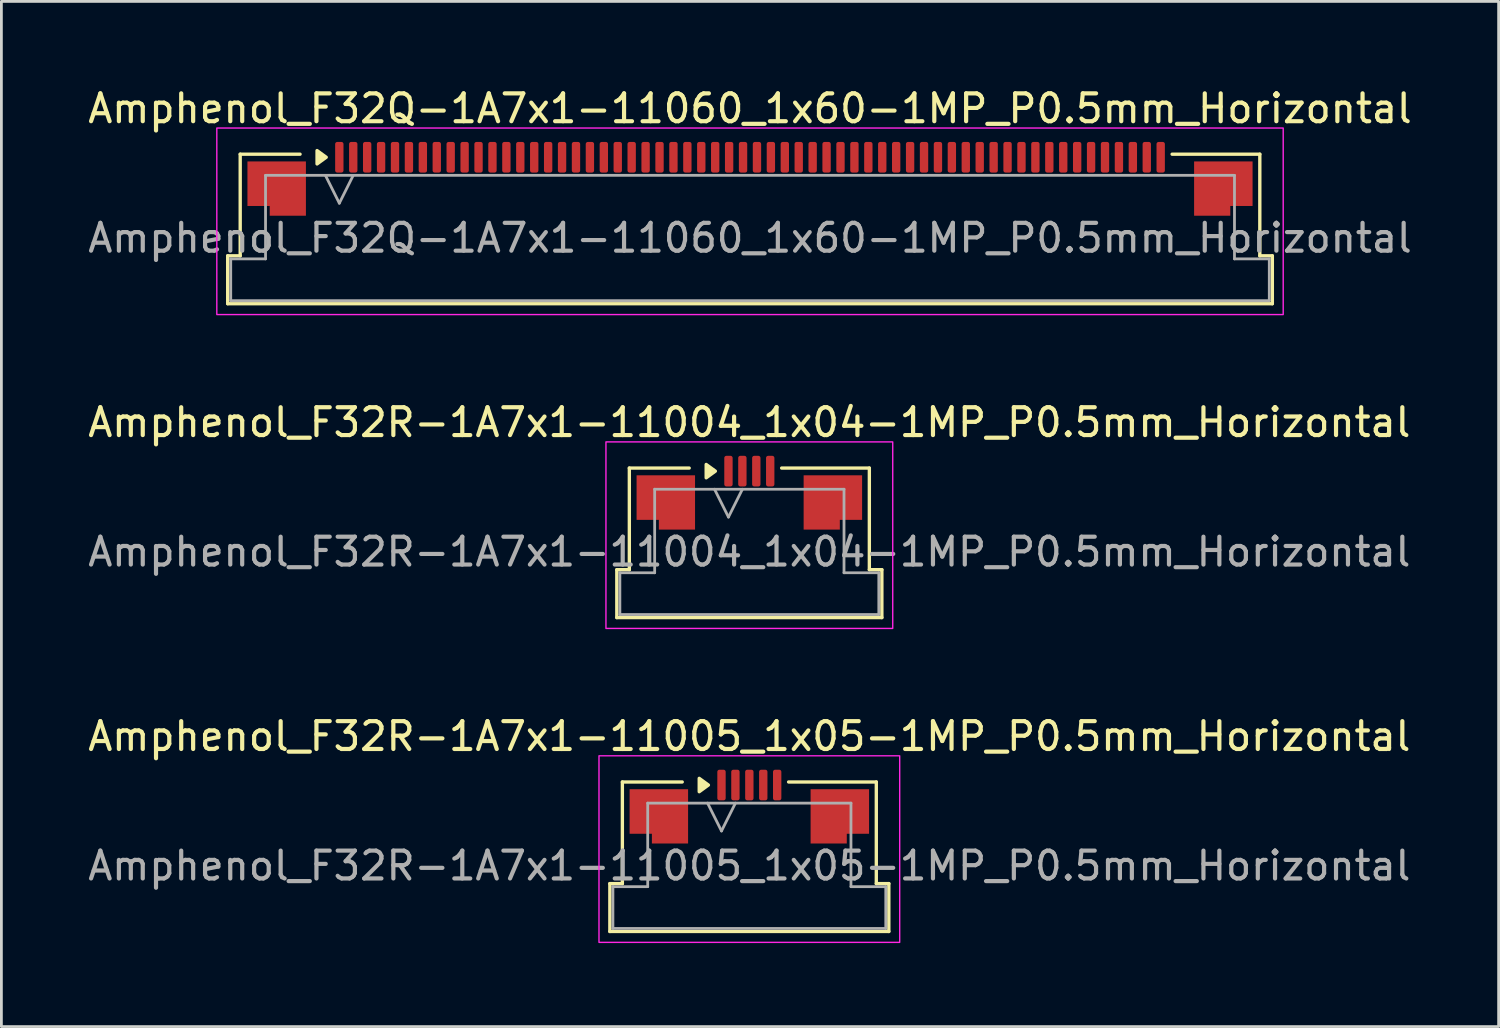
<source format=kicad_pcb>
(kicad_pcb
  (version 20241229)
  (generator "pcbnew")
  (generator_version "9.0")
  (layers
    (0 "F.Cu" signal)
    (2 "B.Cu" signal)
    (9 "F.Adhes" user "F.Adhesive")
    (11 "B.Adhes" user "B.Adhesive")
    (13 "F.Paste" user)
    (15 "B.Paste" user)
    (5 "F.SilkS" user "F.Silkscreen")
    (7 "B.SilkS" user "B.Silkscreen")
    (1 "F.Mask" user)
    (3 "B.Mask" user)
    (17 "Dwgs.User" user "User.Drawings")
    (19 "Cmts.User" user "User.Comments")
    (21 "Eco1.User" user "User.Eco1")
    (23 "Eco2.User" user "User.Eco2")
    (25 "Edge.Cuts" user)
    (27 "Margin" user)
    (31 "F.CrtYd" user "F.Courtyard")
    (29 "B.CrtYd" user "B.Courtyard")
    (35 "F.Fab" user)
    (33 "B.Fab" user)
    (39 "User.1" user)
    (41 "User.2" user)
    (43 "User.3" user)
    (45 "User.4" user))
  (footprint "Amphenol_F32R-1A7x1-11004_1x04-1MP_P0.5mm_Horizontal"
    (layer "F.Cu")
    (at 23.863 16.771)
    (property "Reference" "Amphenol_F32R-1A7x1-11004_1x04-1MP_P0.5mm_Horizontal" (at 0 -4.65 0) (layer "F.SilkS") (effects (font (size 1 1) (thickness 0.15))))
    (attr smd)
    (fp_line (start -4.76 0.64) (end -4.31 0.64) (stroke (width 0.12) (type solid)) (layer "F.SilkS"))
    (fp_line (start -4.76 2.36) (end -4.76 0.64) (stroke (width 0.12) (type solid)) (layer "F.SilkS"))
    (fp_line (start -4.31 -3.01) (end -2.16 -3.01) (stroke (width 0.12) (type solid)) (layer "F.SilkS"))
    (fp_line (start -4.31 0.64) (end -4.31 -3.01) (stroke (width 0.12) (type solid)) (layer "F.SilkS"))
    (fp_line (start 1.16 -3.01) (end 4.31 -3.01) (stroke (width 0.12) (type solid)) (layer "F.SilkS"))
    (fp_line (start 4.31 -3.01) (end 4.31 0.64) (stroke (width 0.12) (type solid)) (layer "F.SilkS"))
    (fp_line (start 4.31 0.64) (end 4.76 0.64) (stroke (width 0.12) (type solid)) (layer "F.SilkS"))
    (fp_line (start 4.76 0.64) (end 4.76 2.36) (stroke (width 0.12) (type solid)) (layer "F.SilkS"))
    (fp_line (start 4.76 2.36) (end -4.76 2.36) (stroke (width 0.12) (type solid)) (layer "F.SilkS"))
    (fp_poly (pts (xy -1.22 -2.9) (xy -1.55 -2.66) (xy -1.55 -3.14)) (stroke (width 0.12) (type solid)) (fill yes) (layer "F.SilkS"))
    (fp_rect (start -5.15 -3.95) (end 5.15 2.75) (stroke (width 0.05) (type solid)) (fill no) (layer "F.CrtYd"))
    (fp_line (start -4.65 0.75) (end -3.4 0.75) (stroke (width 0.1) (type solid)) (layer "F.Fab"))
    (fp_line (start -4.65 2.25) (end -4.65 0.75) (stroke (width 0.1) (type solid)) (layer "F.Fab"))
    (fp_line (start -3.4 -2.25) (end 3.4 -2.25) (stroke (width 0.1) (type solid)) (layer "F.Fab"))
    (fp_line (start -3.4 0.75) (end -3.4 -2.25) (stroke (width 0.1) (type solid)) (layer "F.Fab"))
    (fp_line (start -1.25 -2.25) (end -0.75 -1.25) (stroke (width 0.1) (type solid)) (layer "F.Fab"))
    (fp_line (start -0.75 -1.25) (end -0.25 -2.25) (stroke (width 0.1) (type solid)) (layer "F.Fab"))
    (fp_line (start 3.4 -2.25) (end 3.4 0.75) (stroke (width 0.1) (type solid)) (layer "F.Fab"))
    (fp_line (start 3.4 0.75) (end 4.65 0.75) (stroke (width 0.1) (type solid)) (layer "F.Fab"))
    (fp_line (start 4.65 0.75) (end 4.65 2.25) (stroke (width 0.1) (type solid)) (layer "F.Fab"))
    (fp_line (start 4.65 2.25) (end -4.65 2.25) (stroke (width 0.1) (type solid)) (layer "F.Fab"))
    (fp_text user "${REFERENCE}" (at 0 0 0) (layer "F.Fab") (effects (font (size 1 1) (thickness 0.15))))
    (pad "1" smd roundrect (at -0.75 -2.9) (size 0.3 1.1) (layers "F.Cu" "F.Mask" "F.Paste") (roundrect_rratio 0.25))
    (pad "2" smd roundrect (at -0.25 -2.9) (size 0.3 1.1) (layers "F.Cu" "F.Mask" "F.Paste") (roundrect_rratio 0.25))
    (pad "3" smd roundrect (at 0.25 -2.9) (size 0.3 1.1) (layers "F.Cu" "F.Mask" "F.Paste") (roundrect_rratio 0.25))
    (pad "4" smd roundrect (at 0.75 -2.9) (size 0.3 1.1) (layers "F.Cu" "F.Mask" "F.Paste") (roundrect_rratio 0.25))
    (pad "MP" smd custom (at -3 -1.775) (size 1 1) (layers "F.Cu" "F.Mask" "F.Paste") (options (anchor circle)) (primitives (gr_poly (pts (xy 1.05 -0.975) (xy 1.05 0.975) (xy -0.25 0.975) (xy -0.25 0.625) (xy -1.05 0.625) (xy -1.05 -0.975)) (width 0) (fill yes))))
    (pad "MP" smd custom (at 3 -1.775) (size 1 1) (layers "F.Cu" "F.Mask" "F.Paste") (options (anchor circle)) (primitives (gr_poly (pts (xy -1.05 -0.975) (xy -1.05 0.975) (xy 0.25 0.975) (xy 0.25 0.625) (xy 1.05 0.625) (xy 1.05 -0.975)) (width 0) (fill yes)))))
  (footprint "Amphenol_F32Q-1A7x1-11060_1x60-1MP_P0.5mm_Horizontal"
    (layer "F.Cu")
    (at 23.887 5.498)
    (property "Reference" "Amphenol_F32Q-1A7x1-11060_1x60-1MP_P0.5mm_Horizontal" (at 0 -4.65 0) (layer "F.SilkS") (effects (font (size 1 1) (thickness 0.15))))
    (attr smd)
    (fp_line (start -18.76 0.64) (end -18.31 0.64) (stroke (width 0.12) (type solid)) (layer "F.SilkS"))
    (fp_line (start -18.76 2.36) (end -18.76 0.64) (stroke (width 0.12) (type solid)) (layer "F.SilkS"))
    (fp_line (start -18.31 -3.01) (end -16.16 -3.01) (stroke (width 0.12) (type solid)) (layer "F.SilkS"))
    (fp_line (start -18.31 0.64) (end -18.31 -3.01) (stroke (width 0.12) (type solid)) (layer "F.SilkS"))
    (fp_line (start 15.16 -3.01) (end 18.31 -3.01) (stroke (width 0.12) (type solid)) (layer "F.SilkS"))
    (fp_line (start 18.31 -3.01) (end 18.31 0.64) (stroke (width 0.12) (type solid)) (layer "F.SilkS"))
    (fp_line (start 18.31 0.64) (end 18.76 0.64) (stroke (width 0.12) (type solid)) (layer "F.SilkS"))
    (fp_line (start 18.76 0.64) (end 18.76 2.36) (stroke (width 0.12) (type solid)) (layer "F.SilkS"))
    (fp_line (start 18.76 2.36) (end -18.76 2.36) (stroke (width 0.12) (type solid)) (layer "F.SilkS"))
    (fp_poly (pts (xy -15.22 -2.9) (xy -15.55 -2.66) (xy -15.55 -3.14)) (stroke (width 0.12) (type solid)) (fill yes) (layer "F.SilkS"))
    (fp_rect (start -19.15 -3.95) (end 19.15 2.75) (stroke (width 0.05) (type solid)) (fill no) (layer "F.CrtYd"))
    (fp_line (start -18.65 0.75) (end -17.4 0.75) (stroke (width 0.1) (type solid)) (layer "F.Fab"))
    (fp_line (start -18.65 2.25) (end -18.65 0.75) (stroke (width 0.1) (type solid)) (layer "F.Fab"))
    (fp_line (start -17.4 -2.25) (end 17.4 -2.25) (stroke (width 0.1) (type solid)) (layer "F.Fab"))
    (fp_line (start -17.4 0.75) (end -17.4 -2.25) (stroke (width 0.1) (type solid)) (layer "F.Fab"))
    (fp_line (start -15.25 -2.25) (end -14.75 -1.25) (stroke (width 0.1) (type solid)) (layer "F.Fab"))
    (fp_line (start -14.75 -1.25) (end -14.25 -2.25) (stroke (width 0.1) (type solid)) (layer "F.Fab"))
    (fp_line (start 17.4 -2.25) (end 17.4 0.75) (stroke (width 0.1) (type solid)) (layer "F.Fab"))
    (fp_line (start 17.4 0.75) (end 18.65 0.75) (stroke (width 0.1) (type solid)) (layer "F.Fab"))
    (fp_line (start 18.65 0.75) (end 18.65 2.25) (stroke (width 0.1) (type solid)) (layer "F.Fab"))
    (fp_line (start 18.65 2.25) (end -18.65 2.25) (stroke (width 0.1) (type solid)) (layer "F.Fab"))
    (fp_text user "${REFERENCE}" (at 0 0 0) (layer "F.Fab") (effects (font (size 1 1) (thickness 0.15))))
    (pad "1" smd roundrect (at -14.75 -2.9) (size 0.3 1.1) (layers "F.Cu" "F.Mask" "F.Paste") (roundrect_rratio 0.25))
    (pad "2" smd roundrect (at -14.25 -2.9) (size 0.3 1.1) (layers "F.Cu" "F.Mask" "F.Paste") (roundrect_rratio 0.25))
    (pad "3" smd roundrect (at -13.75 -2.9) (size 0.3 1.1) (layers "F.Cu" "F.Mask" "F.Paste") (roundrect_rratio 0.25))
    (pad "4" smd roundrect (at -13.25 -2.9) (size 0.3 1.1) (layers "F.Cu" "F.Mask" "F.Paste") (roundrect_rratio 0.25))
    (pad "5" smd roundrect (at -12.75 -2.9) (size 0.3 1.1) (layers "F.Cu" "F.Mask" "F.Paste") (roundrect_rratio 0.25))
    (pad "6" smd roundrect (at -12.25 -2.9) (size 0.3 1.1) (layers "F.Cu" "F.Mask" "F.Paste") (roundrect_rratio 0.25))
    (pad "7" smd roundrect (at -11.75 -2.9) (size 0.3 1.1) (layers "F.Cu" "F.Mask" "F.Paste") (roundrect_rratio 0.25))
    (pad "8" smd roundrect (at -11.25 -2.9) (size 0.3 1.1) (layers "F.Cu" "F.Mask" "F.Paste") (roundrect_rratio 0.25))
    (pad "9" smd roundrect (at -10.75 -2.9) (size 0.3 1.1) (layers "F.Cu" "F.Mask" "F.Paste") (roundrect_rratio 0.25))
    (pad "10" smd roundrect (at -10.25 -2.9) (size 0.3 1.1) (layers "F.Cu" "F.Mask" "F.Paste") (roundrect_rratio 0.25))
    (pad "11" smd roundrect (at -9.75 -2.9) (size 0.3 1.1) (layers "F.Cu" "F.Mask" "F.Paste") (roundrect_rratio 0.25))
    (pad "12" smd roundrect (at -9.25 -2.9) (size 0.3 1.1) (layers "F.Cu" "F.Mask" "F.Paste") (roundrect_rratio 0.25))
    (pad "13" smd roundrect (at -8.75 -2.9) (size 0.3 1.1) (layers "F.Cu" "F.Mask" "F.Paste") (roundrect_rratio 0.25))
    (pad "14" smd roundrect (at -8.25 -2.9) (size 0.3 1.1) (layers "F.Cu" "F.Mask" "F.Paste") (roundrect_rratio 0.25))
    (pad "15" smd roundrect (at -7.75 -2.9) (size 0.3 1.1) (layers "F.Cu" "F.Mask" "F.Paste") (roundrect_rratio 0.25))
    (pad "16" smd roundrect (at -7.25 -2.9) (size 0.3 1.1) (layers "F.Cu" "F.Mask" "F.Paste") (roundrect_rratio 0.25))
    (pad "17" smd roundrect (at -6.75 -2.9) (size 0.3 1.1) (layers "F.Cu" "F.Mask" "F.Paste") (roundrect_rratio 0.25))
    (pad "18" smd roundrect (at -6.25 -2.9) (size 0.3 1.1) (layers "F.Cu" "F.Mask" "F.Paste") (roundrect_rratio 0.25))
    (pad "19" smd roundrect (at -5.75 -2.9) (size 0.3 1.1) (layers "F.Cu" "F.Mask" "F.Paste") (roundrect_rratio 0.25))
    (pad "20" smd roundrect (at -5.25 -2.9) (size 0.3 1.1) (layers "F.Cu" "F.Mask" "F.Paste") (roundrect_rratio 0.25))
    (pad "21" smd roundrect (at -4.75 -2.9) (size 0.3 1.1) (layers "F.Cu" "F.Mask" "F.Paste") (roundrect_rratio 0.25))
    (pad "22" smd roundrect (at -4.25 -2.9) (size 0.3 1.1) (layers "F.Cu" "F.Mask" "F.Paste") (roundrect_rratio 0.25))
    (pad "23" smd roundrect (at -3.75 -2.9) (size 0.3 1.1) (layers "F.Cu" "F.Mask" "F.Paste") (roundrect_rratio 0.25))
    (pad "24" smd roundrect (at -3.25 -2.9) (size 0.3 1.1) (layers "F.Cu" "F.Mask" "F.Paste") (roundrect_rratio 0.25))
    (pad "25" smd roundrect (at -2.75 -2.9) (size 0.3 1.1) (layers "F.Cu" "F.Mask" "F.Paste") (roundrect_rratio 0.25))
    (pad "26" smd roundrect (at -2.25 -2.9) (size 0.3 1.1) (layers "F.Cu" "F.Mask" "F.Paste") (roundrect_rratio 0.25))
    (pad "27" smd roundrect (at -1.75 -2.9) (size 0.3 1.1) (layers "F.Cu" "F.Mask" "F.Paste") (roundrect_rratio 0.25))
    (pad "28" smd roundrect (at -1.25 -2.9) (size 0.3 1.1) (layers "F.Cu" "F.Mask" "F.Paste") (roundrect_rratio 0.25))
    (pad "29" smd roundrect (at -0.75 -2.9) (size 0.3 1.1) (layers "F.Cu" "F.Mask" "F.Paste") (roundrect_rratio 0.25))
    (pad "30" smd roundrect (at -0.25 -2.9) (size 0.3 1.1) (layers "F.Cu" "F.Mask" "F.Paste") (roundrect_rratio 0.25))
    (pad "31" smd roundrect (at 0.25 -2.9) (size 0.3 1.1) (layers "F.Cu" "F.Mask" "F.Paste") (roundrect_rratio 0.25))
    (pad "32" smd roundrect (at 0.75 -2.9) (size 0.3 1.1) (layers "F.Cu" "F.Mask" "F.Paste") (roundrect_rratio 0.25))
    (pad "33" smd roundrect (at 1.25 -2.9) (size 0.3 1.1) (layers "F.Cu" "F.Mask" "F.Paste") (roundrect_rratio 0.25))
    (pad "34" smd roundrect (at 1.75 -2.9) (size 0.3 1.1) (layers "F.Cu" "F.Mask" "F.Paste") (roundrect_rratio 0.25))
    (pad "35" smd roundrect (at 2.25 -2.9) (size 0.3 1.1) (layers "F.Cu" "F.Mask" "F.Paste") (roundrect_rratio 0.25))
    (pad "36" smd roundrect (at 2.75 -2.9) (size 0.3 1.1) (layers "F.Cu" "F.Mask" "F.Paste") (roundrect_rratio 0.25))
    (pad "37" smd roundrect (at 3.25 -2.9) (size 0.3 1.1) (layers "F.Cu" "F.Mask" "F.Paste") (roundrect_rratio 0.25))
    (pad "38" smd roundrect (at 3.75 -2.9) (size 0.3 1.1) (layers "F.Cu" "F.Mask" "F.Paste") (roundrect_rratio 0.25))
    (pad "39" smd roundrect (at 4.25 -2.9) (size 0.3 1.1) (layers "F.Cu" "F.Mask" "F.Paste") (roundrect_rratio 0.25))
    (pad "40" smd roundrect (at 4.75 -2.9) (size 0.3 1.1) (layers "F.Cu" "F.Mask" "F.Paste") (roundrect_rratio 0.25))
    (pad "41" smd roundrect (at 5.25 -2.9) (size 0.3 1.1) (layers "F.Cu" "F.Mask" "F.Paste") (roundrect_rratio 0.25))
    (pad "42" smd roundrect (at 5.75 -2.9) (size 0.3 1.1) (layers "F.Cu" "F.Mask" "F.Paste") (roundrect_rratio 0.25))
    (pad "43" smd roundrect (at 6.25 -2.9) (size 0.3 1.1) (layers "F.Cu" "F.Mask" "F.Paste") (roundrect_rratio 0.25))
    (pad "44" smd roundrect (at 6.75 -2.9) (size 0.3 1.1) (layers "F.Cu" "F.Mask" "F.Paste") (roundrect_rratio 0.25))
    (pad "45" smd roundrect (at 7.25 -2.9) (size 0.3 1.1) (layers "F.Cu" "F.Mask" "F.Paste") (roundrect_rratio 0.25))
    (pad "46" smd roundrect (at 7.75 -2.9) (size 0.3 1.1) (layers "F.Cu" "F.Mask" "F.Paste") (roundrect_rratio 0.25))
    (pad "47" smd roundrect (at 8.25 -2.9) (size 0.3 1.1) (layers "F.Cu" "F.Mask" "F.Paste") (roundrect_rratio 0.25))
    (pad "48" smd roundrect (at 8.75 -2.9) (size 0.3 1.1) (layers "F.Cu" "F.Mask" "F.Paste") (roundrect_rratio 0.25))
    (pad "49" smd roundrect (at 9.25 -2.9) (size 0.3 1.1) (layers "F.Cu" "F.Mask" "F.Paste") (roundrect_rratio 0.25))
    (pad "50" smd roundrect (at 9.75 -2.9) (size 0.3 1.1) (layers "F.Cu" "F.Mask" "F.Paste") (roundrect_rratio 0.25))
    (pad "51" smd roundrect (at 10.25 -2.9) (size 0.3 1.1) (layers "F.Cu" "F.Mask" "F.Paste") (roundrect_rratio 0.25))
    (pad "52" smd roundrect (at 10.75 -2.9) (size 0.3 1.1) (layers "F.Cu" "F.Mask" "F.Paste") (roundrect_rratio 0.25))
    (pad "53" smd roundrect (at 11.25 -2.9) (size 0.3 1.1) (layers "F.Cu" "F.Mask" "F.Paste") (roundrect_rratio 0.25))
    (pad "54" smd roundrect (at 11.75 -2.9) (size 0.3 1.1) (layers "F.Cu" "F.Mask" "F.Paste") (roundrect_rratio 0.25))
    (pad "55" smd roundrect (at 12.25 -2.9) (size 0.3 1.1) (layers "F.Cu" "F.Mask" "F.Paste") (roundrect_rratio 0.25))
    (pad "56" smd roundrect (at 12.75 -2.9) (size 0.3 1.1) (layers "F.Cu" "F.Mask" "F.Paste") (roundrect_rratio 0.25))
    (pad "57" smd roundrect (at 13.25 -2.9) (size 0.3 1.1) (layers "F.Cu" "F.Mask" "F.Paste") (roundrect_rratio 0.25))
    (pad "58" smd roundrect (at 13.75 -2.9) (size 0.3 1.1) (layers "F.Cu" "F.Mask" "F.Paste") (roundrect_rratio 0.25))
    (pad "59" smd roundrect (at 14.25 -2.9) (size 0.3 1.1) (layers "F.Cu" "F.Mask" "F.Paste") (roundrect_rratio 0.25))
    (pad "60" smd roundrect (at 14.75 -2.9) (size 0.3 1.1) (layers "F.Cu" "F.Mask" "F.Paste") (roundrect_rratio 0.25))
    (pad "MP" smd custom (at -17 -1.775) (size 1 1) (layers "F.Cu" "F.Mask" "F.Paste") (options (anchor circle)) (primitives (gr_poly (pts (xy 1.05 -0.975) (xy 1.05 0.975) (xy -0.25 0.975) (xy -0.25 0.625) (xy -1.05 0.625) (xy -1.05 -0.975)) (width 0) (fill yes))))
    (pad "MP" smd custom (at 17 -1.775) (size 1 1) (layers "F.Cu" "F.Mask" "F.Paste") (options (anchor circle)) (primitives (gr_poly (pts (xy -1.05 -0.975) (xy -1.05 0.975) (xy 0.25 0.975) (xy 0.25 0.625) (xy 1.05 0.625) (xy 1.05 -0.975)) (width 0) (fill yes)))))
  (footprint "Amphenol_F32R-1A7x1-11005_1x05-1MP_P0.5mm_Horizontal"
    (layer "F.Cu")
    (at 23.863 28.045)
    (property "Reference" "Amphenol_F32R-1A7x1-11005_1x05-1MP_P0.5mm_Horizontal" (at 0 -4.65 0) (layer "F.SilkS") (effects (font (size 1 1) (thickness 0.15))))
    (attr smd)
    (fp_line (start -5.01 0.64) (end -4.56 0.64) (stroke (width 0.12) (type solid)) (layer "F.SilkS"))
    (fp_line (start -5.01 2.36) (end -5.01 0.64) (stroke (width 0.12) (type solid)) (layer "F.SilkS"))
    (fp_line (start -4.56 -3.01) (end -2.41 -3.01) (stroke (width 0.12) (type solid)) (layer "F.SilkS"))
    (fp_line (start -4.56 0.64) (end -4.56 -3.01) (stroke (width 0.12) (type solid)) (layer "F.SilkS"))
    (fp_line (start 1.41 -3.01) (end 4.56 -3.01) (stroke (width 0.12) (type solid)) (layer "F.SilkS"))
    (fp_line (start 4.56 -3.01) (end 4.56 0.64) (stroke (width 0.12) (type solid)) (layer "F.SilkS"))
    (fp_line (start 4.56 0.64) (end 5.01 0.64) (stroke (width 0.12) (type solid)) (layer "F.SilkS"))
    (fp_line (start 5.01 0.64) (end 5.01 2.36) (stroke (width 0.12) (type solid)) (layer "F.SilkS"))
    (fp_line (start 5.01 2.36) (end -5.01 2.36) (stroke (width 0.12) (type solid)) (layer "F.SilkS"))
    (fp_poly (pts (xy -1.47 -2.9) (xy -1.8 -2.66) (xy -1.8 -3.14)) (stroke (width 0.12) (type solid)) (fill yes) (layer "F.SilkS"))
    (fp_rect (start -5.4 -3.95) (end 5.4 2.75) (stroke (width 0.05) (type solid)) (fill no) (layer "F.CrtYd"))
    (fp_line (start -4.9 0.75) (end -3.65 0.75) (stroke (width 0.1) (type solid)) (layer "F.Fab"))
    (fp_line (start -4.9 2.25) (end -4.9 0.75) (stroke (width 0.1) (type solid)) (layer "F.Fab"))
    (fp_line (start -3.65 -2.25) (end 3.65 -2.25) (stroke (width 0.1) (type solid)) (layer "F.Fab"))
    (fp_line (start -3.65 0.75) (end -3.65 -2.25) (stroke (width 0.1) (type solid)) (layer "F.Fab"))
    (fp_line (start -1.5 -2.25) (end -1 -1.25) (stroke (width 0.1) (type solid)) (layer "F.Fab"))
    (fp_line (start -1 -1.25) (end -0.5 -2.25) (stroke (width 0.1) (type solid)) (layer "F.Fab"))
    (fp_line (start 3.65 -2.25) (end 3.65 0.75) (stroke (width 0.1) (type solid)) (layer "F.Fab"))
    (fp_line (start 3.65 0.75) (end 4.9 0.75) (stroke (width 0.1) (type solid)) (layer "F.Fab"))
    (fp_line (start 4.9 0.75) (end 4.9 2.25) (stroke (width 0.1) (type solid)) (layer "F.Fab"))
    (fp_line (start 4.9 2.25) (end -4.9 2.25) (stroke (width 0.1) (type solid)) (layer "F.Fab"))
    (fp_text user "${REFERENCE}" (at 0 0 0) (layer "F.Fab") (effects (font (size 1 1) (thickness 0.15))))
    (pad "1" smd roundrect (at -1 -2.9) (size 0.3 1.1) (layers "F.Cu" "F.Mask" "F.Paste") (roundrect_rratio 0.25))
    (pad "2" smd roundrect (at -0.5 -2.9) (size 0.3 1.1) (layers "F.Cu" "F.Mask" "F.Paste") (roundrect_rratio 0.25))
    (pad "3" smd roundrect (at 0 -2.9) (size 0.3 1.1) (layers "F.Cu" "F.Mask" "F.Paste") (roundrect_rratio 0.25))
    (pad "4" smd roundrect (at 0.5 -2.9) (size 0.3 1.1) (layers "F.Cu" "F.Mask" "F.Paste") (roundrect_rratio 0.25))
    (pad "5" smd roundrect (at 1 -2.9) (size 0.3 1.1) (layers "F.Cu" "F.Mask" "F.Paste") (roundrect_rratio 0.25))
    (pad "MP" smd custom (at -3.25 -1.775) (size 1 1) (layers "F.Cu" "F.Mask" "F.Paste") (options (anchor circle)) (primitives (gr_poly (pts (xy 1.05 -0.975) (xy 1.05 0.975) (xy -0.25 0.975) (xy -0.25 0.625) (xy -1.05 0.625) (xy -1.05 -0.975)) (width 0) (fill yes))))
    (pad "MP" smd custom (at 3.25 -1.775) (size 1 1) (layers "F.Cu" "F.Mask" "F.Paste") (options (anchor circle)) (primitives (gr_poly (pts (xy -1.05 -0.975) (xy -1.05 0.975) (xy 0.25 0.975) (xy 0.25 0.625) (xy 1.05 0.625) (xy 1.05 -0.975)) (width 0) (fill yes)))))
  (gr_rect
    (start -3 -3)
    (end 50.774 33.82)
    (stroke (width 0.1) (type default))
    (fill no)
    (layer "Edge.Cuts")))
</source>
